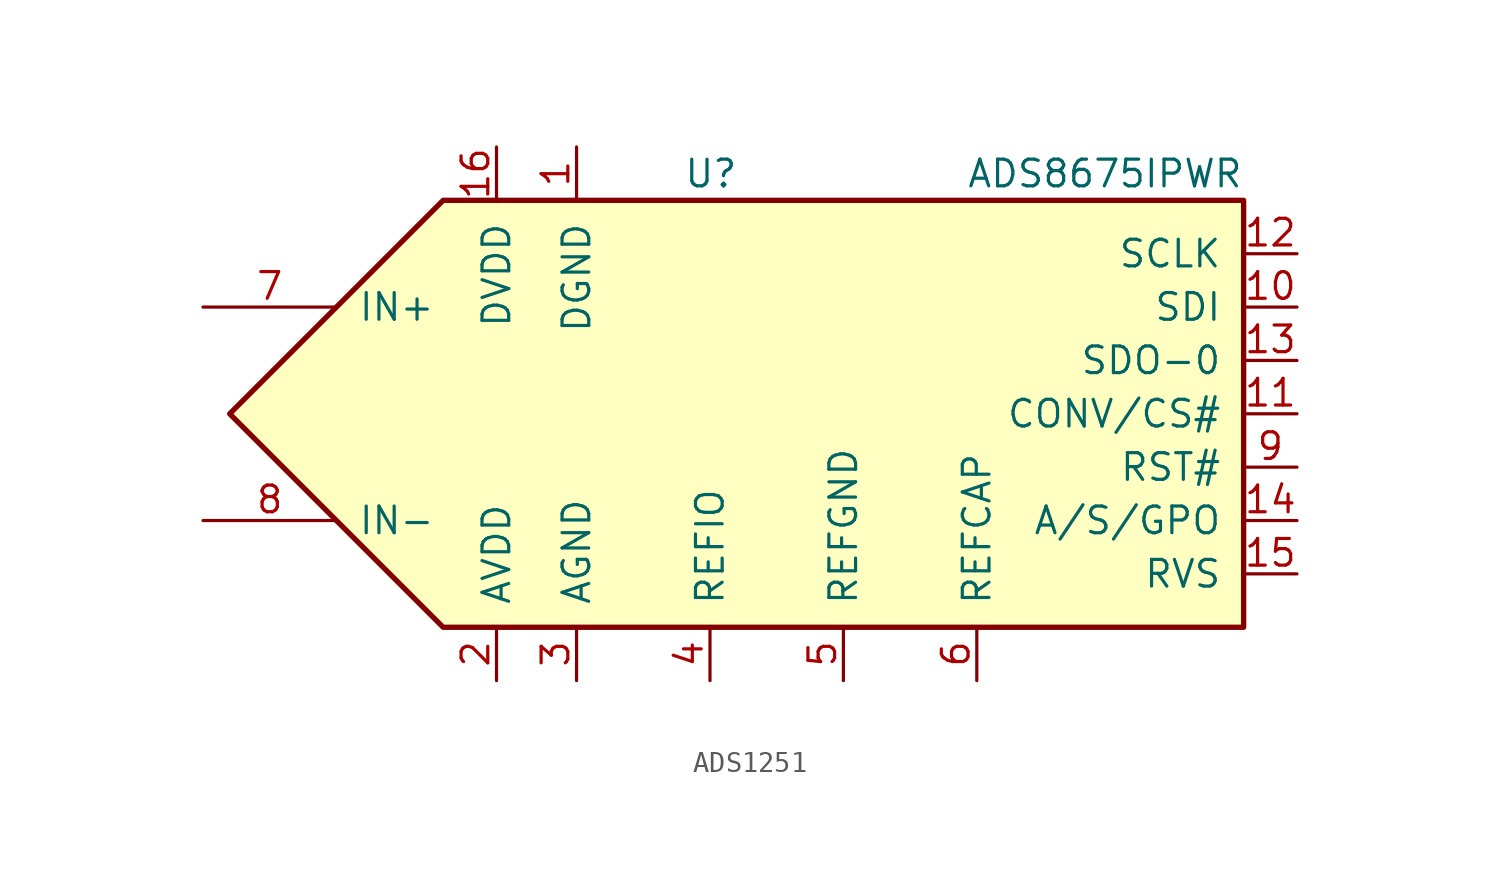
<source format=kicad_sym>
(kicad_symbol_lib
  (version 20220914)
  (generator kicad_symbol_editor)
  (symbol "ADS1251"
    (pin_names
      (offset 1.016))
    (property "Reference" "U"
      (at 5.08 11.43 0)
      (effects (font (size 1.27 1.27)) (justify left)))
    (property "Value" "ADS8675IPWR"
      (at 31.75 11.43 0)
      (effects (font (size 1.27 1.27)) (justify right)))
    (symbol "ADS1251_0_1"
      (polyline (pts (xy 31.75 10.16) (xy -6.35 10.16) (xy -16.51 0) (xy -6.35 -10.16) (xy 15.24 -10.16) (xy 31.75 -10.16) (xy 31.75 10.16)) (stroke (width 0.254) (type default)) (fill (type background))))
    (symbol "ADS1251_1_0"
      (pin power_in line (at 0 12.7 270) (length 2.54) (name "DGND" (effects (font (size 1.27 1.27)))) (number "1" (effects (font (size 1.27 1.27)))))
      (pin input line (at 34.29 5.08 180) (length 2.54) (name "SDI" (effects (font (size 1.27 1.27)))) (number "10" (effects (font (size 1.27 1.27)))))
      (pin input line (at 34.29 0 180) (length 2.54) (name "CONV/CS#" (effects (font (size 1.27 1.27)))) (number "11" (effects (font (size 1.27 1.27)))))
      (pin input line (at 34.29 7.62 180) (length 2.54) (name "SCLK" (effects (font (size 1.27 1.27)))) (number "12" (effects (font (size 1.27 1.27)))))
      (pin output line (at 34.29 2.54 180) (length 2.54) (name "SDO-0" (effects (font (size 1.27 1.27)))) (number "13" (effects (font (size 1.27 1.27)))))
      (pin output line (at 34.29 -5.08 180) (length 2.54) (name "A/S/GPO" (effects (font (size 1.27 1.27)))) (number "14" (effects (font (size 1.27 1.27)))))
      (pin input line (at 34.29 -7.62 180) (length 2.54) (name "RVS" (effects (font (size 1.27 1.27)))) (number "15" (effects (font (size 1.27 1.27)))))
      (pin power_in line (at -3.81 12.7 270) (length 2.54) (name "DVDD" (effects (font (size 1.27 1.27)))) (number "16" (effects (font (size 1.27 1.27)))))
      (pin power_in line (at -3.81 -12.7 90) (length 2.54) (name "AVDD" (effects (font (size 1.27 1.27)))) (number "2" (effects (font (size 1.27 1.27)))))
      (pin power_in line (at 0 -12.7 90) (length 2.54) (name "AGND" (effects (font (size 1.27 1.27)))) (number "3" (effects (font (size 1.27 1.27)))))
      (pin power_in line (at 6.35 -12.7 90) (length 2.54) (name "REFIO" (effects (font (size 1.27 1.27)))) (number "4" (effects (font (size 1.27 1.27)))))
      (pin power_in line (at 12.7 -12.7 90) (length 2.54) (name "REFGND" (effects (font (size 1.27 1.27)))) (number "5" (effects (font (size 1.27 1.27)))))
      (pin power_out line (at 19.05 -12.7 90) (length 2.54) (name "REFCAP" (effects (font (size 1.27 1.27)))) (number "6" (effects (font (size 1.27 1.27)))))
      (pin input line (at 34.29 -2.54 180) (length 2.54) (name "RST#" (effects (font (size 1.27 1.27)))) (number "9" (effects (font (size 1.27 1.27))))))
    (symbol "ADS1251_1_1"
      (pin input line (at -17.78 5.08 0) (length 6.35) (name "IN+" (effects (font (size 1.27 1.27)))) (number "7" (effects (font (size 1.27 1.27)))))
      (pin input line (at -17.78 -5.08 0) (length 6.35) (name "IN-" (effects (font (size 1.27 1.27)))) (number "8" (effects (font (size 1.27 1.27))))))))
</source>
